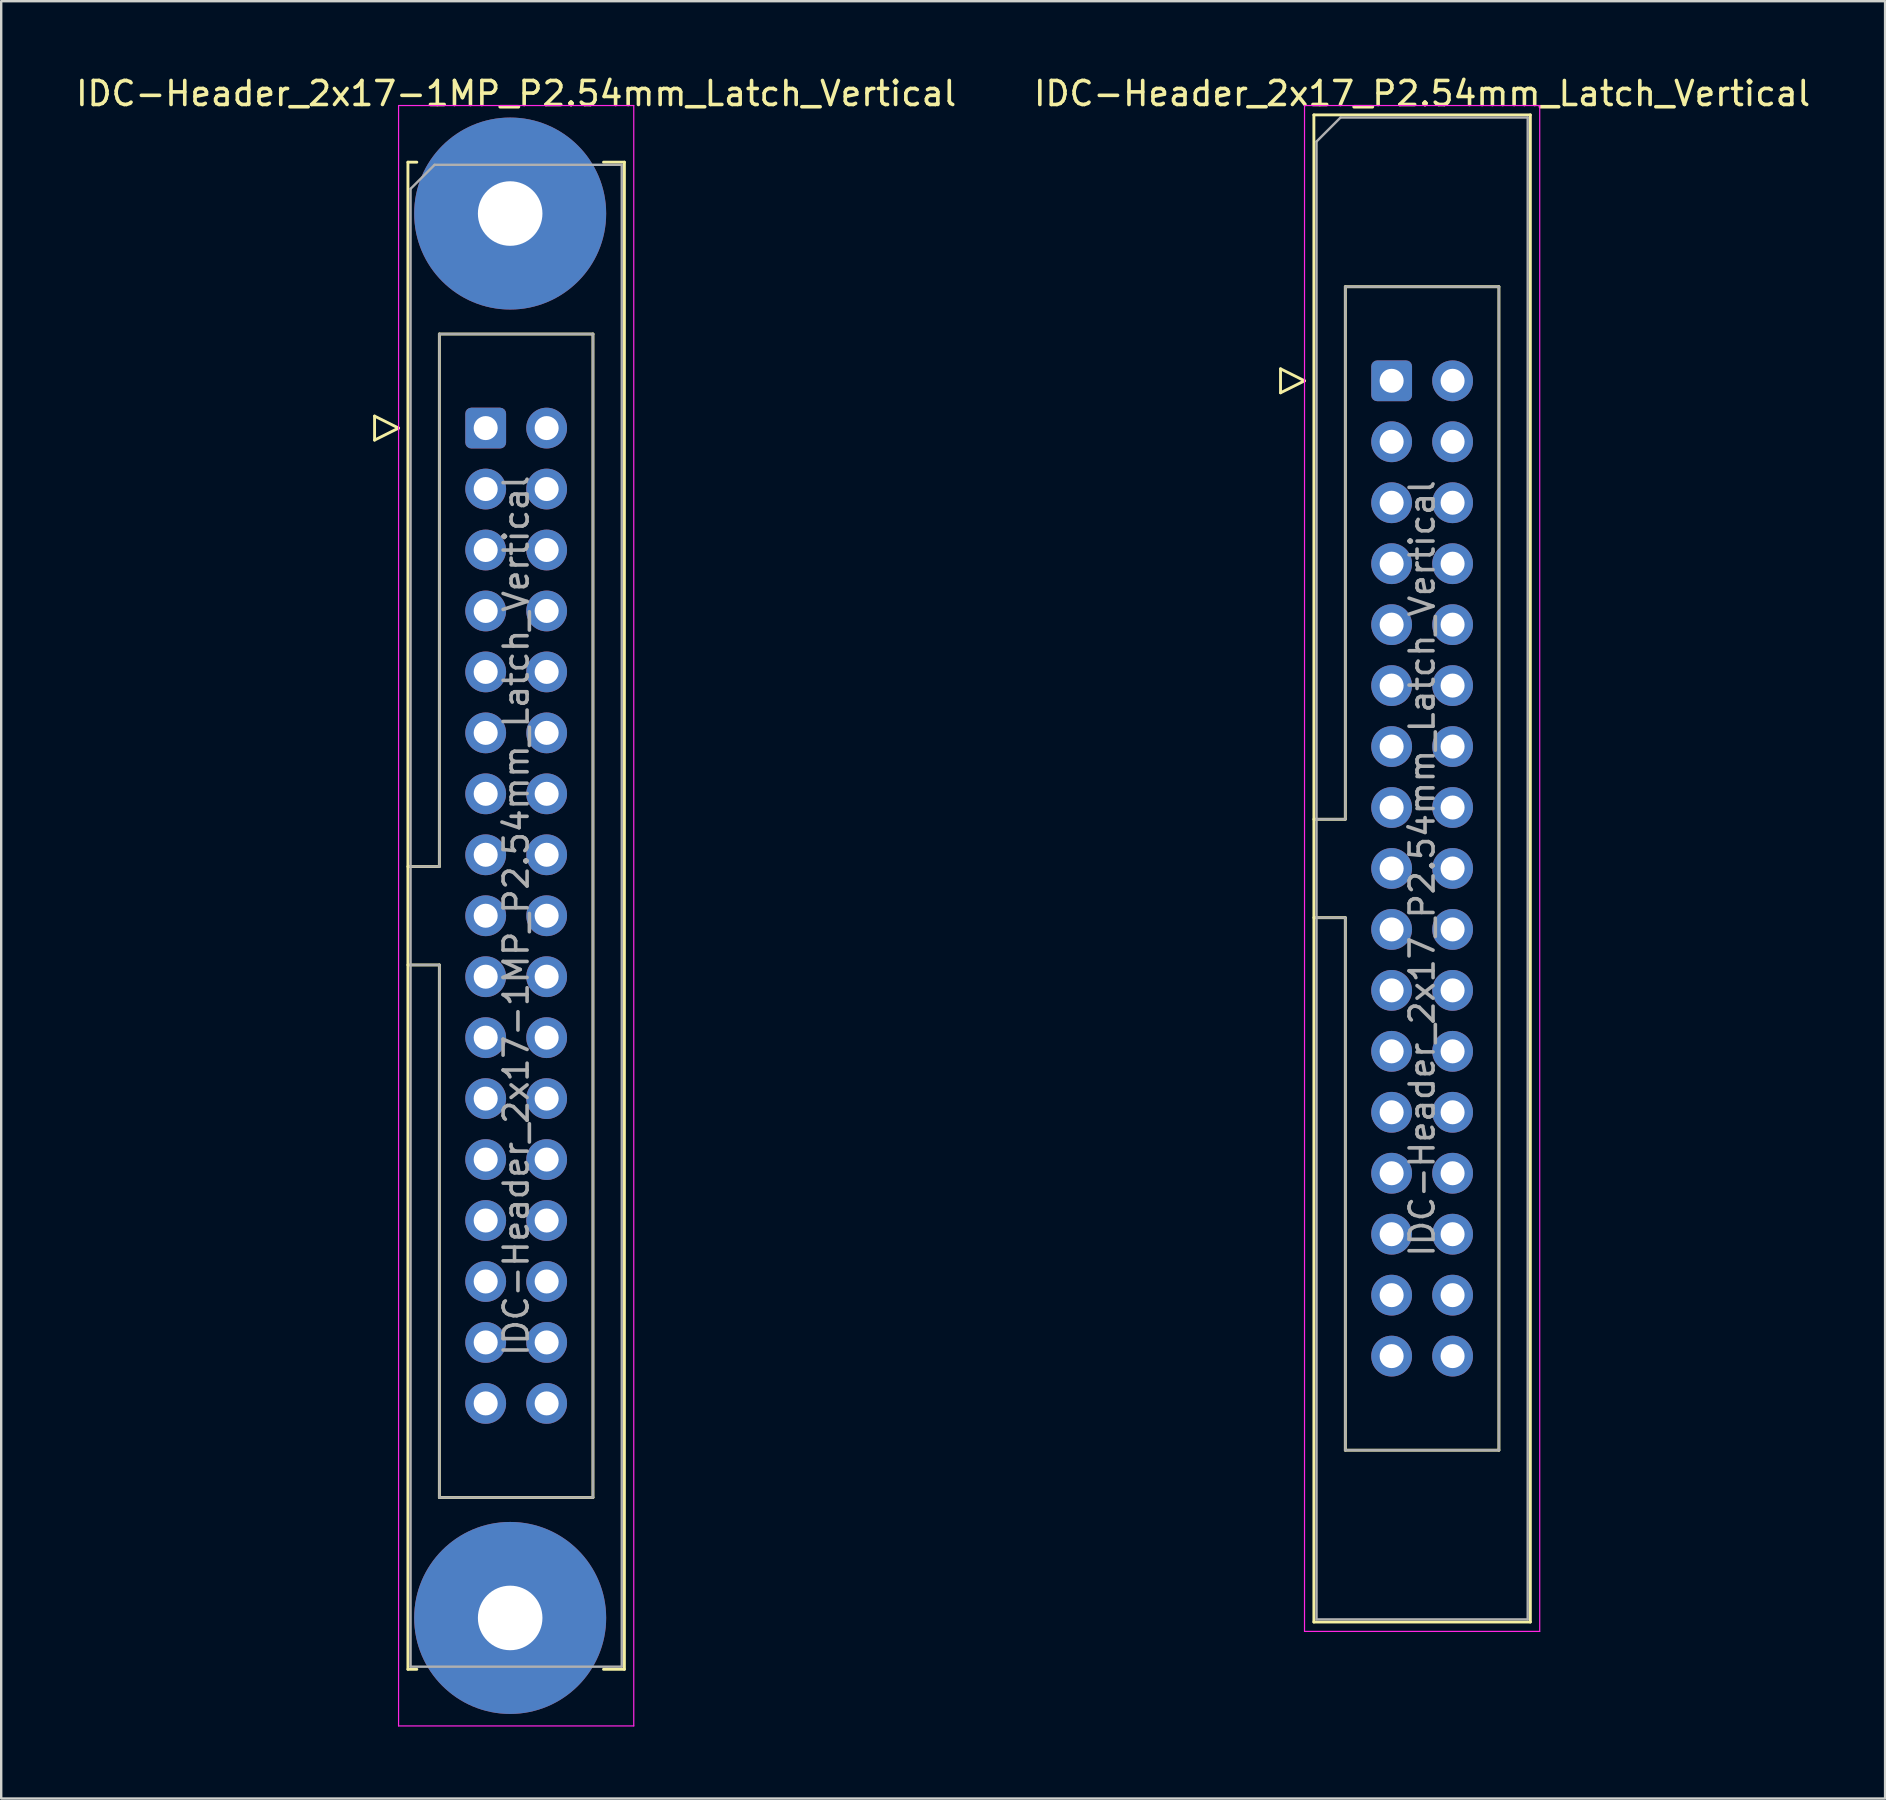
<source format=kicad_pcb>
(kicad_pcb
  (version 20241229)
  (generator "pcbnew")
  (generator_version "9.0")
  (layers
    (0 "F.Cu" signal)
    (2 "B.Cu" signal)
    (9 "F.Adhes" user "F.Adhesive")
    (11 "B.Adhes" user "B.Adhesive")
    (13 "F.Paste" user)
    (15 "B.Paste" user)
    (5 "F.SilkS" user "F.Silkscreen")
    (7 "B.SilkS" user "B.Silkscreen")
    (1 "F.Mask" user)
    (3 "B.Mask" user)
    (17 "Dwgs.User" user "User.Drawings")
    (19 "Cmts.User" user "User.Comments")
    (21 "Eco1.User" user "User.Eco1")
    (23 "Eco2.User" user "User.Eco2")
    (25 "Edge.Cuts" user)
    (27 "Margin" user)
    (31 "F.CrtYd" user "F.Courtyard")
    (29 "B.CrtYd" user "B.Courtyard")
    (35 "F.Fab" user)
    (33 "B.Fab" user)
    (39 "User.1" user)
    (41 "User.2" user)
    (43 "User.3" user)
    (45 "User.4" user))
  (footprint "IDC-Header_2x17_P2.54mm_Latch_Vertical"
    (layer "F.Cu")
    (at 54.938 12.818)
    (property "Reference" "IDC-Header_2x17_P2.54mm_Latch_Vertical" (at 1.27 -11.97 0) (layer "F.SilkS") (effects (font (size 1 1) (thickness 0.15))))
    (attr through_hole)
    (fp_line (start -4.63 -0.5) (end -4.63 0.5) (stroke (width 0.12) (type solid)) (layer "F.SilkS"))
    (fp_line (start -4.63 0.5) (end -3.63 0) (stroke (width 0.12) (type solid)) (layer "F.SilkS"))
    (fp_line (start -3.63 0) (end -4.63 -0.5) (stroke (width 0.12) (type solid)) (layer "F.SilkS"))
    (fp_line (start -3.24 -11.08) (end 5.78 -11.08) (stroke (width 0.12) (type solid)) (layer "F.SilkS"))
    (fp_line (start -3.24 18.27) (end -1.93 18.27) (stroke (width 0.12) (type solid)) (layer "F.SilkS"))
    (fp_line (start -3.24 51.72) (end -3.24 -11.08) (stroke (width 0.12) (type solid)) (layer "F.SilkS"))
    (fp_line (start -1.93 -3.92) (end 4.47 -3.92) (stroke (width 0.12) (type solid)) (layer "F.SilkS"))
    (fp_line (start -1.93 18.27) (end -1.93 -3.92) (stroke (width 0.12) (type solid)) (layer "F.SilkS"))
    (fp_line (start -1.93 22.37) (end -3.24 22.37) (stroke (width 0.12) (type solid)) (layer "F.SilkS"))
    (fp_line (start -1.93 44.56) (end -1.93 22.37) (stroke (width 0.12) (type solid)) (layer "F.SilkS"))
    (fp_line (start 4.47 -3.92) (end 4.47 44.56) (stroke (width 0.12) (type solid)) (layer "F.SilkS"))
    (fp_line (start 4.47 44.56) (end -1.93 44.56) (stroke (width 0.12) (type solid)) (layer "F.SilkS"))
    (fp_line (start 5.78 -11.08) (end 5.78 51.72) (stroke (width 0.12) (type solid)) (layer "F.SilkS"))
    (fp_line (start 5.78 51.72) (end -3.24 51.72) (stroke (width 0.12) (type solid)) (layer "F.SilkS"))
    (fp_line (start -3.63 -11.47) (end -3.63 52.11) (stroke (width 0.05) (type solid)) (layer "F.CrtYd"))
    (fp_line (start -3.63 52.11) (end 6.17 52.11) (stroke (width 0.05) (type solid)) (layer "F.CrtYd"))
    (fp_line (start 6.17 -11.47) (end -3.63 -11.47) (stroke (width 0.05) (type solid)) (layer "F.CrtYd"))
    (fp_line (start 6.17 52.11) (end 6.17 -11.47) (stroke (width 0.05) (type solid)) (layer "F.CrtYd"))
    (fp_line (start -3.13 -9.97) (end -2.13 -10.97) (stroke (width 0.1) (type solid)) (layer "F.Fab"))
    (fp_line (start -3.13 18.27) (end -1.93 18.27) (stroke (width 0.1) (type solid)) (layer "F.Fab"))
    (fp_line (start -3.13 51.61) (end -3.13 -9.97) (stroke (width 0.1) (type solid)) (layer "F.Fab"))
    (fp_line (start -2.13 -10.97) (end 5.67 -10.97) (stroke (width 0.1) (type solid)) (layer "F.Fab"))
    (fp_line (start -1.93 -3.92) (end 4.47 -3.92) (stroke (width 0.1) (type solid)) (layer "F.Fab"))
    (fp_line (start -1.93 18.27) (end -1.93 -3.92) (stroke (width 0.1) (type solid)) (layer "F.Fab"))
    (fp_line (start -1.93 22.37) (end -3.13 22.37) (stroke (width 0.1) (type solid)) (layer "F.Fab"))
    (fp_line (start -1.93 44.56) (end -1.93 22.37) (stroke (width 0.1) (type solid)) (layer "F.Fab"))
    (fp_line (start 4.47 -3.92) (end 4.47 44.56) (stroke (width 0.1) (type solid)) (layer "F.Fab"))
    (fp_line (start 4.47 44.56) (end -1.93 44.56) (stroke (width 0.1) (type solid)) (layer "F.Fab"))
    (fp_line (start 5.67 -10.97) (end 5.67 51.61) (stroke (width 0.1) (type solid)) (layer "F.Fab"))
    (fp_line (start 5.67 51.61) (end -3.13 51.61) (stroke (width 0.1) (type solid)) (layer "F.Fab"))
    (fp_text user "${REFERENCE}" (at 1.27 20.32 90) (layer "F.Fab") (effects (font (size 1 1) (thickness 0.15))))
    (pad "1" thru_hole roundrect (at 0 0) (size 1.7 1.7) (drill 1) (layers "*.Cu" "*.Mask") (roundrect_rratio 0.147))
    (pad "2" thru_hole circle (at 2.54 0) (size 1.7 1.7) (drill 1) (layers "*.Cu" "*.Mask"))
    (pad "3" thru_hole circle (at 0 2.54) (size 1.7 1.7) (drill 1) (layers "*.Cu" "*.Mask"))
    (pad "4" thru_hole circle (at 2.54 2.54) (size 1.7 1.7) (drill 1) (layers "*.Cu" "*.Mask"))
    (pad "5" thru_hole circle (at 0 5.08) (size 1.7 1.7) (drill 1) (layers "*.Cu" "*.Mask"))
    (pad "6" thru_hole circle (at 2.54 5.08) (size 1.7 1.7) (drill 1) (layers "*.Cu" "*.Mask"))
    (pad "7" thru_hole circle (at 0 7.62) (size 1.7 1.7) (drill 1) (layers "*.Cu" "*.Mask"))
    (pad "8" thru_hole circle (at 2.54 7.62) (size 1.7 1.7) (drill 1) (layers "*.Cu" "*.Mask"))
    (pad "9" thru_hole circle (at 0 10.16) (size 1.7 1.7) (drill 1) (layers "*.Cu" "*.Mask"))
    (pad "10" thru_hole circle (at 2.54 10.16) (size 1.7 1.7) (drill 1) (layers "*.Cu" "*.Mask"))
    (pad "11" thru_hole circle (at 0 12.7) (size 1.7 1.7) (drill 1) (layers "*.Cu" "*.Mask"))
    (pad "12" thru_hole circle (at 2.54 12.7) (size 1.7 1.7) (drill 1) (layers "*.Cu" "*.Mask"))
    (pad "13" thru_hole circle (at 0 15.24) (size 1.7 1.7) (drill 1) (layers "*.Cu" "*.Mask"))
    (pad "14" thru_hole circle (at 2.54 15.24) (size 1.7 1.7) (drill 1) (layers "*.Cu" "*.Mask"))
    (pad "15" thru_hole circle (at 0 17.78) (size 1.7 1.7) (drill 1) (layers "*.Cu" "*.Mask"))
    (pad "16" thru_hole circle (at 2.54 17.78) (size 1.7 1.7) (drill 1) (layers "*.Cu" "*.Mask"))
    (pad "17" thru_hole circle (at 0 20.32) (size 1.7 1.7) (drill 1) (layers "*.Cu" "*.Mask"))
    (pad "18" thru_hole circle (at 2.54 20.32) (size 1.7 1.7) (drill 1) (layers "*.Cu" "*.Mask"))
    (pad "19" thru_hole circle (at 0 22.86) (size 1.7 1.7) (drill 1) (layers "*.Cu" "*.Mask"))
    (pad "20" thru_hole circle (at 2.54 22.86) (size 1.7 1.7) (drill 1) (layers "*.Cu" "*.Mask"))
    (pad "21" thru_hole circle (at 0 25.4) (size 1.7 1.7) (drill 1) (layers "*.Cu" "*.Mask"))
    (pad "22" thru_hole circle (at 2.54 25.4) (size 1.7 1.7) (drill 1) (layers "*.Cu" "*.Mask"))
    (pad "23" thru_hole circle (at 0 27.94) (size 1.7 1.7) (drill 1) (layers "*.Cu" "*.Mask"))
    (pad "24" thru_hole circle (at 2.54 27.94) (size 1.7 1.7) (drill 1) (layers "*.Cu" "*.Mask"))
    (pad "25" thru_hole circle (at 0 30.48) (size 1.7 1.7) (drill 1) (layers "*.Cu" "*.Mask"))
    (pad "26" thru_hole circle (at 2.54 30.48) (size 1.7 1.7) (drill 1) (layers "*.Cu" "*.Mask"))
    (pad "27" thru_hole circle (at 0 33.02) (size 1.7 1.7) (drill 1) (layers "*.Cu" "*.Mask"))
    (pad "28" thru_hole circle (at 2.54 33.02) (size 1.7 1.7) (drill 1) (layers "*.Cu" "*.Mask"))
    (pad "29" thru_hole circle (at 0 35.56) (size 1.7 1.7) (drill 1) (layers "*.Cu" "*.Mask"))
    (pad "30" thru_hole circle (at 2.54 35.56) (size 1.7 1.7) (drill 1) (layers "*.Cu" "*.Mask"))
    (pad "31" thru_hole circle (at 0 38.1) (size 1.7 1.7) (drill 1) (layers "*.Cu" "*.Mask"))
    (pad "32" thru_hole circle (at 2.54 38.1) (size 1.7 1.7) (drill 1) (layers "*.Cu" "*.Mask"))
    (pad "33" thru_hole circle (at 0 40.64) (size 1.7 1.7) (drill 1) (layers "*.Cu" "*.Mask"))
    (pad "34" thru_hole circle (at 2.54 40.64) (size 1.7 1.7) (drill 1) (layers "*.Cu" "*.Mask")))
  (footprint "IDC-Header_2x17-1MP_P2.54mm_Latch_Vertical"
    (layer "F.Cu")
    (at 17.188 14.788)
    (property "Reference" "IDC-Header_2x17-1MP_P2.54mm_Latch_Vertical" (at 1.27 -13.94 0) (layer "F.SilkS") (effects (font (size 1 1) (thickness 0.15))))
    (attr through_hole)
    (fp_line (start -4.63 -0.5) (end -4.63 0.5) (stroke (width 0.12) (type solid)) (layer "F.SilkS"))
    (fp_line (start -4.63 0.5) (end -3.63 0) (stroke (width 0.12) (type solid)) (layer "F.SilkS"))
    (fp_line (start -3.63 0) (end -4.63 -0.5) (stroke (width 0.12) (type solid)) (layer "F.SilkS"))
    (fp_line (start -3.24 -11.08) (end -3.24 51.72) (stroke (width 0.12) (type solid)) (layer "F.SilkS"))
    (fp_line (start -3.24 18.27) (end -1.93 18.27) (stroke (width 0.12) (type solid)) (layer "F.SilkS"))
    (fp_line (start -3.24 51.72) (end -2.87 51.72) (stroke (width 0.12) (type solid)) (layer "F.SilkS"))
    (fp_line (start -2.87 -11.08) (end -3.24 -11.08) (stroke (width 0.12) (type solid)) (layer "F.SilkS"))
    (fp_line (start -1.93 -3.92) (end 4.47 -3.92) (stroke (width 0.12) (type solid)) (layer "F.SilkS"))
    (fp_line (start -1.93 18.27) (end -1.93 -3.92) (stroke (width 0.12) (type solid)) (layer "F.SilkS"))
    (fp_line (start -1.93 22.37) (end -3.24 22.37) (stroke (width 0.12) (type solid)) (layer "F.SilkS"))
    (fp_line (start -1.93 44.56) (end -1.93 22.37) (stroke (width 0.12) (type solid)) (layer "F.SilkS"))
    (fp_line (start 4.47 -3.92) (end 4.47 44.56) (stroke (width 0.12) (type solid)) (layer "F.SilkS"))
    (fp_line (start 4.47 44.56) (end -1.93 44.56) (stroke (width 0.12) (type solid)) (layer "F.SilkS"))
    (fp_line (start 4.91 -11.08) (end 5.78 -11.08) (stroke (width 0.12) (type solid)) (layer "F.SilkS"))
    (fp_line (start 5.78 -11.08) (end 5.78 51.72) (stroke (width 0.12) (type solid)) (layer "F.SilkS"))
    (fp_line (start 5.78 51.72) (end 4.91 51.72) (stroke (width 0.12) (type solid)) (layer "F.SilkS"))
    (fp_line (start -3.63 -13.44) (end -3.63 54.08) (stroke (width 0.05) (type solid)) (layer "F.CrtYd"))
    (fp_line (start -3.63 54.08) (end 6.17 54.08) (stroke (width 0.05) (type solid)) (layer "F.CrtYd"))
    (fp_line (start 6.17 -13.44) (end -3.63 -13.44) (stroke (width 0.05) (type solid)) (layer "F.CrtYd"))
    (fp_line (start 6.17 54.08) (end 6.17 -13.44) (stroke (width 0.05) (type solid)) (layer "F.CrtYd"))
    (fp_line (start -3.13 -9.97) (end -2.13 -10.97) (stroke (width 0.1) (type solid)) (layer "F.Fab"))
    (fp_line (start -3.13 18.27) (end -1.93 18.27) (stroke (width 0.1) (type solid)) (layer "F.Fab"))
    (fp_line (start -3.13 51.61) (end -3.13 -9.97) (stroke (width 0.1) (type solid)) (layer "F.Fab"))
    (fp_line (start -2.13 -10.97) (end 5.67 -10.97) (stroke (width 0.1) (type solid)) (layer "F.Fab"))
    (fp_line (start -1.93 -3.92) (end 4.47 -3.92) (stroke (width 0.1) (type solid)) (layer "F.Fab"))
    (fp_line (start -1.93 18.27) (end -1.93 -3.92) (stroke (width 0.1) (type solid)) (layer "F.Fab"))
    (fp_line (start -1.93 22.37) (end -3.13 22.37) (stroke (width 0.1) (type solid)) (layer "F.Fab"))
    (fp_line (start -1.93 44.56) (end -1.93 22.37) (stroke (width 0.1) (type solid)) (layer "F.Fab"))
    (fp_line (start 4.47 -3.92) (end 4.47 44.56) (stroke (width 0.1) (type solid)) (layer "F.Fab"))
    (fp_line (start 4.47 44.56) (end -1.93 44.56) (stroke (width 0.1) (type solid)) (layer "F.Fab"))
    (fp_line (start 5.67 -10.97) (end 5.67 51.61) (stroke (width 0.1) (type solid)) (layer "F.Fab"))
    (fp_line (start 5.67 51.61) (end -3.13 51.61) (stroke (width 0.1) (type solid)) (layer "F.Fab"))
    (fp_text user "${REFERENCE}" (at 1.27 20.32 90) (layer "F.Fab") (effects (font (size 1 1) (thickness 0.15))))
    (pad "1" thru_hole roundrect (at 0 0) (size 1.7 1.7) (drill 1) (layers "*.Cu" "*.Mask") (roundrect_rratio 0.147))
    (pad "2" thru_hole circle (at 2.54 0) (size 1.7 1.7) (drill 1) (layers "*.Cu" "*.Mask"))
    (pad "3" thru_hole circle (at 0 2.54) (size 1.7 1.7) (drill 1) (layers "*.Cu" "*.Mask"))
    (pad "4" thru_hole circle (at 2.54 2.54) (size 1.7 1.7) (drill 1) (layers "*.Cu" "*.Mask"))
    (pad "5" thru_hole circle (at 0 5.08) (size 1.7 1.7) (drill 1) (layers "*.Cu" "*.Mask"))
    (pad "6" thru_hole circle (at 2.54 5.08) (size 1.7 1.7) (drill 1) (layers "*.Cu" "*.Mask"))
    (pad "7" thru_hole circle (at 0 7.62) (size 1.7 1.7) (drill 1) (layers "*.Cu" "*.Mask"))
    (pad "8" thru_hole circle (at 2.54 7.62) (size 1.7 1.7) (drill 1) (layers "*.Cu" "*.Mask"))
    (pad "9" thru_hole circle (at 0 10.16) (size 1.7 1.7) (drill 1) (layers "*.Cu" "*.Mask"))
    (pad "10" thru_hole circle (at 2.54 10.16) (size 1.7 1.7) (drill 1) (layers "*.Cu" "*.Mask"))
    (pad "11" thru_hole circle (at 0 12.7) (size 1.7 1.7) (drill 1) (layers "*.Cu" "*.Mask"))
    (pad "12" thru_hole circle (at 2.54 12.7) (size 1.7 1.7) (drill 1) (layers "*.Cu" "*.Mask"))
    (pad "13" thru_hole circle (at 0 15.24) (size 1.7 1.7) (drill 1) (layers "*.Cu" "*.Mask"))
    (pad "14" thru_hole circle (at 2.54 15.24) (size 1.7 1.7) (drill 1) (layers "*.Cu" "*.Mask"))
    (pad "15" thru_hole circle (at 0 17.78) (size 1.7 1.7) (drill 1) (layers "*.Cu" "*.Mask"))
    (pad "16" thru_hole circle (at 2.54 17.78) (size 1.7 1.7) (drill 1) (layers "*.Cu" "*.Mask"))
    (pad "17" thru_hole circle (at 0 20.32) (size 1.7 1.7) (drill 1) (layers "*.Cu" "*.Mask"))
    (pad "18" thru_hole circle (at 2.54 20.32) (size 1.7 1.7) (drill 1) (layers "*.Cu" "*.Mask"))
    (pad "19" thru_hole circle (at 0 22.86) (size 1.7 1.7) (drill 1) (layers "*.Cu" "*.Mask"))
    (pad "20" thru_hole circle (at 2.54 22.86) (size 1.7 1.7) (drill 1) (layers "*.Cu" "*.Mask"))
    (pad "21" thru_hole circle (at 0 25.4) (size 1.7 1.7) (drill 1) (layers "*.Cu" "*.Mask"))
    (pad "22" thru_hole circle (at 2.54 25.4) (size 1.7 1.7) (drill 1) (layers "*.Cu" "*.Mask"))
    (pad "23" thru_hole circle (at 0 27.94) (size 1.7 1.7) (drill 1) (layers "*.Cu" "*.Mask"))
    (pad "24" thru_hole circle (at 2.54 27.94) (size 1.7 1.7) (drill 1) (layers "*.Cu" "*.Mask"))
    (pad "25" thru_hole circle (at 0 30.48) (size 1.7 1.7) (drill 1) (layers "*.Cu" "*.Mask"))
    (pad "26" thru_hole circle (at 2.54 30.48) (size 1.7 1.7) (drill 1) (layers "*.Cu" "*.Mask"))
    (pad "27" thru_hole circle (at 0 33.02) (size 1.7 1.7) (drill 1) (layers "*.Cu" "*.Mask"))
    (pad "28" thru_hole circle (at 2.54 33.02) (size 1.7 1.7) (drill 1) (layers "*.Cu" "*.Mask"))
    (pad "29" thru_hole circle (at 0 35.56) (size 1.7 1.7) (drill 1) (layers "*.Cu" "*.Mask"))
    (pad "30" thru_hole circle (at 2.54 35.56) (size 1.7 1.7) (drill 1) (layers "*.Cu" "*.Mask"))
    (pad "31" thru_hole circle (at 0 38.1) (size 1.7 1.7) (drill 1) (layers "*.Cu" "*.Mask"))
    (pad "32" thru_hole circle (at 2.54 38.1) (size 1.7 1.7) (drill 1) (layers "*.Cu" "*.Mask"))
    (pad "33" thru_hole circle (at 0 40.64) (size 1.7 1.7) (drill 1) (layers "*.Cu" "*.Mask"))
    (pad "34" thru_hole circle (at 2.54 40.64) (size 1.7 1.7) (drill 1) (layers "*.Cu" "*.Mask"))
    (pad "MP" thru_hole circle (at 1.02 -8.94) (size 8 8) (drill 2.69) (layers "*.Cu" "*.Mask"))
    (pad "MP" thru_hole circle (at 1.02 49.58) (size 8 8) (drill 2.69) (layers "*.Cu" "*.Mask")))
  (gr_rect
    (start -3 -3)
    (end 75.5 71.893)
    (stroke (width 0.1) (type default))
    (fill no)
    (layer "Edge.Cuts")))
</source>
